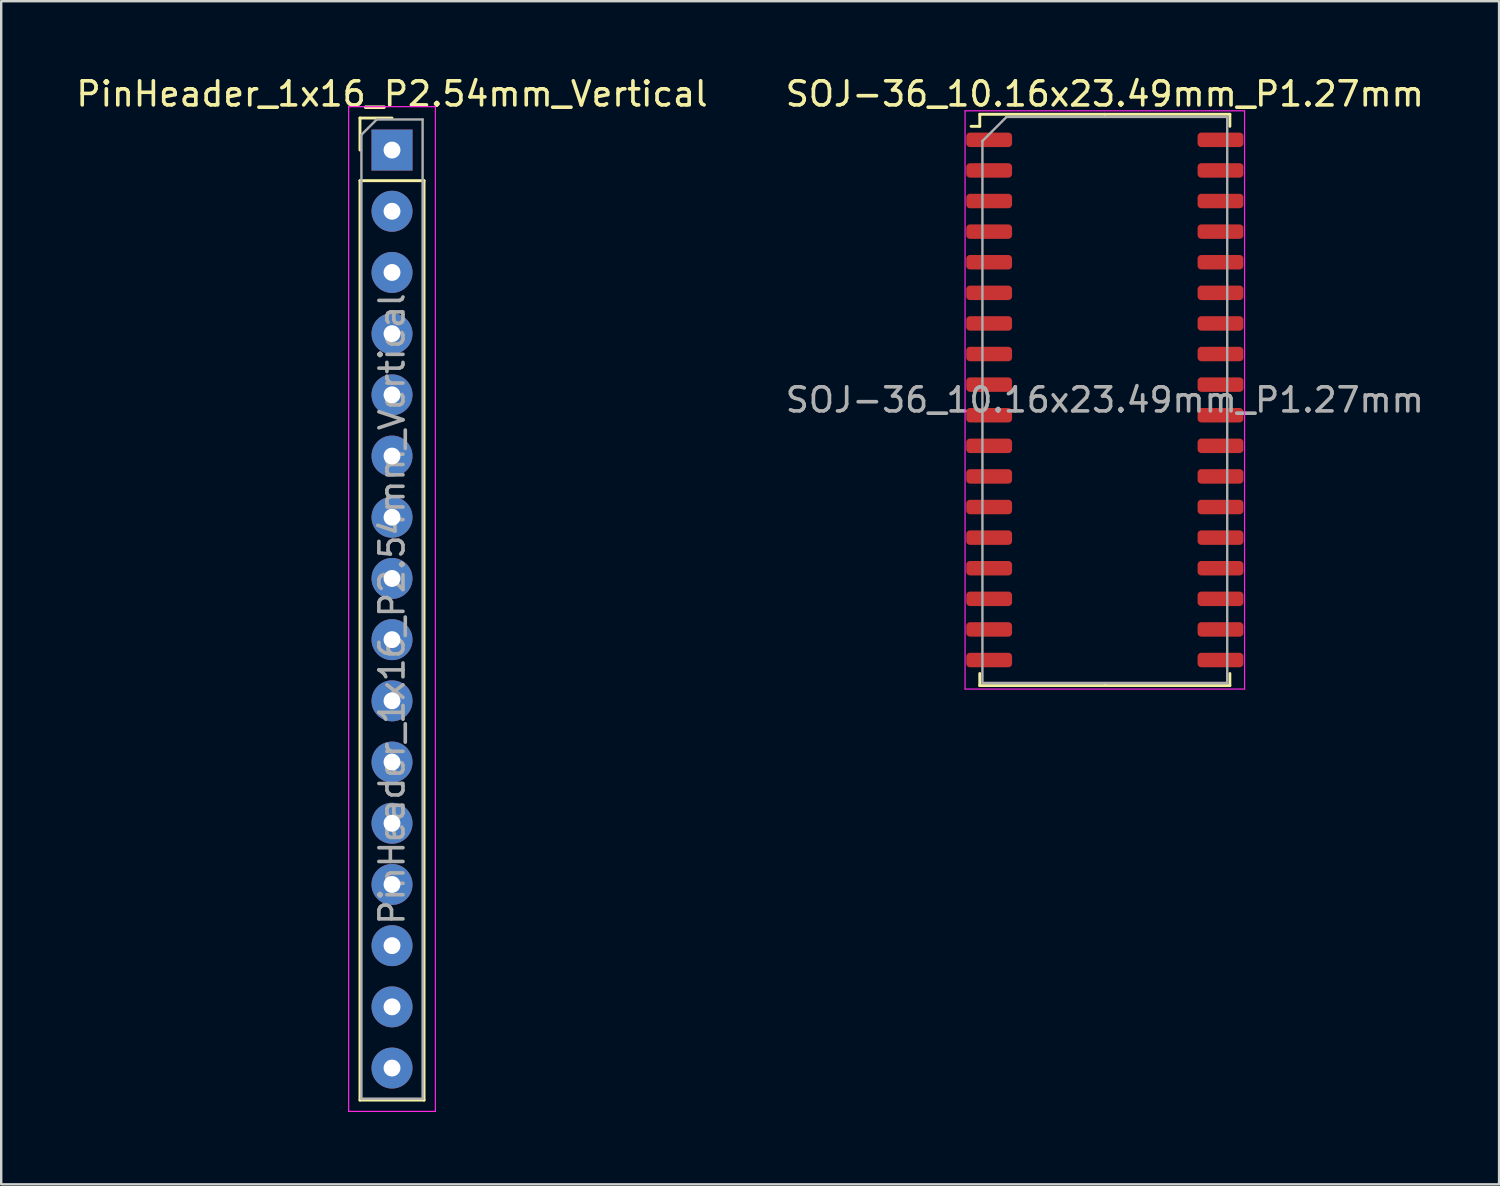
<source format=kicad_pcb>
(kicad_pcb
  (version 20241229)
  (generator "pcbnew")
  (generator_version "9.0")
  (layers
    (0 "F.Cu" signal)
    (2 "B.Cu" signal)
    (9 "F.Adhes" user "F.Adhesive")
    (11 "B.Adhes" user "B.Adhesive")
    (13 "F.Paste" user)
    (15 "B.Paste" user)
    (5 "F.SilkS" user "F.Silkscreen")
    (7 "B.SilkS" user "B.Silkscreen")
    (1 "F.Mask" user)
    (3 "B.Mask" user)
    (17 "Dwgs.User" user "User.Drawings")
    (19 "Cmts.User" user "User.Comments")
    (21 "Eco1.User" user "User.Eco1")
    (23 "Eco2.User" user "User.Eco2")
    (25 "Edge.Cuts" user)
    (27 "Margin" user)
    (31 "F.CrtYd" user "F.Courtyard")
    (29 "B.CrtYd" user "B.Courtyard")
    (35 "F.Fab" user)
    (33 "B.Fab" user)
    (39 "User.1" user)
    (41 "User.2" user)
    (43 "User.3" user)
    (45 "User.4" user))
  (footprint "PinHeader_1x16_P2.54mm_Vertical"
    (layer "F.Cu")
    (at 13.22 3.178)
    (property "Reference" "PinHeader_1x16_P2.54mm_Vertical" (at 0 -2.33 0) (layer "F.SilkS") (effects (font (size 1 1) (thickness 0.15))))
    (attr through_hole)
    (fp_line (start -1.33 -1.33) (end 0 -1.33) (stroke (width 0.12) (type solid)) (layer "F.SilkS"))
    (fp_line (start -1.33 0) (end -1.33 -1.33) (stroke (width 0.12) (type solid)) (layer "F.SilkS"))
    (fp_line (start -1.33 1.27) (end -1.33 39.43) (stroke (width 0.12) (type solid)) (layer "F.SilkS"))
    (fp_line (start -1.33 1.27) (end 1.33 1.27) (stroke (width 0.12) (type solid)) (layer "F.SilkS"))
    (fp_line (start -1.33 39.43) (end 1.33 39.43) (stroke (width 0.12) (type solid)) (layer "F.SilkS"))
    (fp_line (start 1.33 1.27) (end 1.33 39.43) (stroke (width 0.12) (type solid)) (layer "F.SilkS"))
    (fp_line (start -1.8 -1.8) (end -1.8 39.9) (stroke (width 0.05) (type solid)) (layer "F.CrtYd"))
    (fp_line (start -1.8 39.9) (end 1.8 39.9) (stroke (width 0.05) (type solid)) (layer "F.CrtYd"))
    (fp_line (start 1.8 -1.8) (end -1.8 -1.8) (stroke (width 0.05) (type solid)) (layer "F.CrtYd"))
    (fp_line (start 1.8 39.9) (end 1.8 -1.8) (stroke (width 0.05) (type solid)) (layer "F.CrtYd"))
    (fp_line (start -1.27 -0.635) (end -0.635 -1.27) (stroke (width 0.1) (type solid)) (layer "F.Fab"))
    (fp_line (start -1.27 39.37) (end -1.27 -0.635) (stroke (width 0.1) (type solid)) (layer "F.Fab"))
    (fp_line (start -0.635 -1.27) (end 1.27 -1.27) (stroke (width 0.1) (type solid)) (layer "F.Fab"))
    (fp_line (start 1.27 -1.27) (end 1.27 39.37) (stroke (width 0.1) (type solid)) (layer "F.Fab"))
    (fp_line (start 1.27 39.37) (end -1.27 39.37) (stroke (width 0.1) (type solid)) (layer "F.Fab"))
    (fp_text user "${REFERENCE}" (at 0 19.05 90) (layer "F.Fab") (effects (font (size 1 1) (thickness 0.15))))
    (pad "1" thru_hole rect (at 0 0) (size 1.7 1.7) (drill 0.7) (layers "*.Cu" "*.Mask"))
    (pad "2" thru_hole oval (at 0 2.54) (size 1.7 1.7) (drill 0.7) (layers "*.Cu" "*.Mask"))
    (pad "3" thru_hole oval (at 0 5.08) (size 1.7 1.7) (drill 0.7) (layers "*.Cu" "*.Mask"))
    (pad "4" thru_hole oval (at 0 7.62) (size 1.7 1.7) (drill 0.7) (layers "*.Cu" "*.Mask"))
    (pad "5" thru_hole oval (at 0 10.16) (size 1.7 1.7) (drill 0.7) (layers "*.Cu" "*.Mask"))
    (pad "6" thru_hole oval (at 0 12.7) (size 1.7 1.7) (drill 0.7) (layers "*.Cu" "*.Mask"))
    (pad "7" thru_hole oval (at 0 15.24) (size 1.7 1.7) (drill 0.7) (layers "*.Cu" "*.Mask"))
    (pad "8" thru_hole oval (at 0 17.78) (size 1.7 1.7) (drill 0.7) (layers "*.Cu" "*.Mask"))
    (pad "9" thru_hole oval (at 0 20.32) (size 1.7 1.7) (drill 0.7) (layers "*.Cu" "*.Mask"))
    (pad "10" thru_hole oval (at 0 22.86) (size 1.7 1.7) (drill 0.7) (layers "*.Cu" "*.Mask"))
    (pad "11" thru_hole oval (at 0 25.4) (size 1.7 1.7) (drill 0.7) (layers "*.Cu" "*.Mask"))
    (pad "12" thru_hole oval (at 0 27.94) (size 1.7 1.7) (drill 0.7) (layers "*.Cu" "*.Mask"))
    (pad "13" thru_hole oval (at 0 30.48) (size 1.7 1.7) (drill 0.7) (layers "*.Cu" "*.Mask"))
    (pad "14" thru_hole oval (at 0 33.02) (size 1.7 1.7) (drill 0.7) (layers "*.Cu" "*.Mask"))
    (pad "15" thru_hole oval (at 0 35.56) (size 1.7 1.7) (drill 0.7) (layers "*.Cu" "*.Mask"))
    (pad "16" thru_hole oval (at 0 38.1) (size 1.7 1.7) (drill 0.7) (layers "*.Cu" "*.Mask")))
  (footprint "SOJ-36_10.16x23.49mm_P1.27mm"
    (layer "F.Cu")
    (at 42.804 13.548)
    (property "Reference" "SOJ-36_10.16x23.49mm_P1.27mm" (at 0 -12.7 0) (layer "F.SilkS") (effects (font (size 1 1) (thickness 0.15))))
    (attr smd)
    (fp_line (start -5.19 -11.855) (end -5.19 -11.355) (stroke (width 0.12) (type solid)) (layer "F.SilkS"))
    (fp_line (start -5.19 -11.355) (end -5.55 -11.355) (stroke (width 0.12) (type solid)) (layer "F.SilkS"))
    (fp_line (start -5.19 11.855) (end -5.19 11.355) (stroke (width 0.12) (type solid)) (layer "F.SilkS"))
    (fp_line (start 0 -11.855) (end -5.19 -11.855) (stroke (width 0.12) (type solid)) (layer "F.SilkS"))
    (fp_line (start 0 -11.855) (end 5.19 -11.855) (stroke (width 0.12) (type solid)) (layer "F.SilkS"))
    (fp_line (start 0 11.855) (end -5.19 11.855) (stroke (width 0.12) (type solid)) (layer "F.SilkS"))
    (fp_line (start 0 11.855) (end 5.19 11.855) (stroke (width 0.12) (type solid)) (layer "F.SilkS"))
    (fp_line (start 5.19 -11.855) (end 5.19 -11.355) (stroke (width 0.12) (type solid)) (layer "F.SilkS"))
    (fp_line (start 5.19 11.855) (end 5.19 11.355) (stroke (width 0.12) (type solid)) (layer "F.SilkS"))
    (fp_line (start -5.8 -12) (end -5.8 12) (stroke (width 0.05) (type solid)) (layer "F.CrtYd"))
    (fp_line (start -5.8 12) (end 5.8 12) (stroke (width 0.05) (type solid)) (layer "F.CrtYd"))
    (fp_line (start 5.8 -12) (end -5.8 -12) (stroke (width 0.05) (type solid)) (layer "F.CrtYd"))
    (fp_line (start 5.8 12) (end 5.8 -12) (stroke (width 0.05) (type solid)) (layer "F.CrtYd"))
    (fp_line (start -5.08 -10.745) (end -4.08 -11.745) (stroke (width 0.1) (type solid)) (layer "F.Fab"))
    (fp_line (start -5.08 11.745) (end -5.08 -10.745) (stroke (width 0.1) (type solid)) (layer "F.Fab"))
    (fp_line (start -4.08 -11.745) (end 5.08 -11.745) (stroke (width 0.1) (type solid)) (layer "F.Fab"))
    (fp_line (start 5.08 -11.745) (end 5.08 11.745) (stroke (width 0.1) (type solid)) (layer "F.Fab"))
    (fp_line (start 5.08 11.745) (end -5.08 11.745) (stroke (width 0.1) (type solid)) (layer "F.Fab"))
    (fp_text user "${REFERENCE}" (at 0 0 0) (layer "F.Fab") (effects (font (size 1 1) (thickness 0.15))))
    (pad "1" smd roundrect (at -4.8 -10.795) (size 1.9 0.6) (layers "F.Cu" "F.Mask" "F.Paste") (roundrect_rratio 0.25))
    (pad "2" smd roundrect (at -4.8 -9.525) (size 1.9 0.6) (layers "F.Cu" "F.Mask" "F.Paste") (roundrect_rratio 0.25))
    (pad "3" smd roundrect (at -4.8 -8.255) (size 1.9 0.6) (layers "F.Cu" "F.Mask" "F.Paste") (roundrect_rratio 0.25))
    (pad "4" smd roundrect (at -4.8 -6.985) (size 1.9 0.6) (layers "F.Cu" "F.Mask" "F.Paste") (roundrect_rratio 0.25))
    (pad "5" smd roundrect (at -4.8 -5.715) (size 1.9 0.6) (layers "F.Cu" "F.Mask" "F.Paste") (roundrect_rratio 0.25))
    (pad "6" smd roundrect (at -4.8 -4.445) (size 1.9 0.6) (layers "F.Cu" "F.Mask" "F.Paste") (roundrect_rratio 0.25))
    (pad "7" smd roundrect (at -4.8 -3.175) (size 1.9 0.6) (layers "F.Cu" "F.Mask" "F.Paste") (roundrect_rratio 0.25))
    (pad "8" smd roundrect (at -4.8 -1.905) (size 1.9 0.6) (layers "F.Cu" "F.Mask" "F.Paste") (roundrect_rratio 0.25))
    (pad "9" smd roundrect (at -4.8 -0.635) (size 1.9 0.6) (layers "F.Cu" "F.Mask" "F.Paste") (roundrect_rratio 0.25))
    (pad "10" smd roundrect (at -4.8 0.635) (size 1.9 0.6) (layers "F.Cu" "F.Mask" "F.Paste") (roundrect_rratio 0.25))
    (pad "11" smd roundrect (at -4.8 1.905) (size 1.9 0.6) (layers "F.Cu" "F.Mask" "F.Paste") (roundrect_rratio 0.25))
    (pad "12" smd roundrect (at -4.8 3.175) (size 1.9 0.6) (layers "F.Cu" "F.Mask" "F.Paste") (roundrect_rratio 0.25))
    (pad "13" smd roundrect (at -4.8 4.445) (size 1.9 0.6) (layers "F.Cu" "F.Mask" "F.Paste") (roundrect_rratio 0.25))
    (pad "14" smd roundrect (at -4.8 5.715) (size 1.9 0.6) (layers "F.Cu" "F.Mask" "F.Paste") (roundrect_rratio 0.25))
    (pad "15" smd roundrect (at -4.8 6.985) (size 1.9 0.6) (layers "F.Cu" "F.Mask" "F.Paste") (roundrect_rratio 0.25))
    (pad "16" smd roundrect (at -4.8 8.255) (size 1.9 0.6) (layers "F.Cu" "F.Mask" "F.Paste") (roundrect_rratio 0.25))
    (pad "17" smd roundrect (at -4.8 9.525) (size 1.9 0.6) (layers "F.Cu" "F.Mask" "F.Paste") (roundrect_rratio 0.25))
    (pad "18" smd roundrect (at -4.8 10.795) (size 1.9 0.6) (layers "F.Cu" "F.Mask" "F.Paste") (roundrect_rratio 0.25))
    (pad "19" smd roundrect (at 4.8 10.795) (size 1.9 0.6) (layers "F.Cu" "F.Mask" "F.Paste") (roundrect_rratio 0.25))
    (pad "20" smd roundrect (at 4.8 9.525) (size 1.9 0.6) (layers "F.Cu" "F.Mask" "F.Paste") (roundrect_rratio 0.25))
    (pad "21" smd roundrect (at 4.8 8.255) (size 1.9 0.6) (layers "F.Cu" "F.Mask" "F.Paste") (roundrect_rratio 0.25))
    (pad "22" smd roundrect (at 4.8 6.985) (size 1.9 0.6) (layers "F.Cu" "F.Mask" "F.Paste") (roundrect_rratio 0.25))
    (pad "23" smd roundrect (at 4.8 5.715) (size 1.9 0.6) (layers "F.Cu" "F.Mask" "F.Paste") (roundrect_rratio 0.25))
    (pad "24" smd roundrect (at 4.8 4.445) (size 1.9 0.6) (layers "F.Cu" "F.Mask" "F.Paste") (roundrect_rratio 0.25))
    (pad "25" smd roundrect (at 4.8 3.175) (size 1.9 0.6) (layers "F.Cu" "F.Mask" "F.Paste") (roundrect_rratio 0.25))
    (pad "26" smd roundrect (at 4.8 1.905) (size 1.9 0.6) (layers "F.Cu" "F.Mask" "F.Paste") (roundrect_rratio 0.25))
    (pad "27" smd roundrect (at 4.8 0.635) (size 1.9 0.6) (layers "F.Cu" "F.Mask" "F.Paste") (roundrect_rratio 0.25))
    (pad "28" smd roundrect (at 4.8 -0.635) (size 1.9 0.6) (layers "F.Cu" "F.Mask" "F.Paste") (roundrect_rratio 0.25))
    (pad "29" smd roundrect (at 4.8 -1.905) (size 1.9 0.6) (layers "F.Cu" "F.Mask" "F.Paste") (roundrect_rratio 0.25))
    (pad "30" smd roundrect (at 4.8 -3.175) (size 1.9 0.6) (layers "F.Cu" "F.Mask" "F.Paste") (roundrect_rratio 0.25))
    (pad "31" smd roundrect (at 4.8 -4.445) (size 1.9 0.6) (layers "F.Cu" "F.Mask" "F.Paste") (roundrect_rratio 0.25))
    (pad "32" smd roundrect (at 4.8 -5.715) (size 1.9 0.6) (layers "F.Cu" "F.Mask" "F.Paste") (roundrect_rratio 0.25))
    (pad "33" smd roundrect (at 4.8 -6.985) (size 1.9 0.6) (layers "F.Cu" "F.Mask" "F.Paste") (roundrect_rratio 0.25))
    (pad "34" smd roundrect (at 4.8 -8.255) (size 1.9 0.6) (layers "F.Cu" "F.Mask" "F.Paste") (roundrect_rratio 0.25))
    (pad "35" smd roundrect (at 4.8 -9.525) (size 1.9 0.6) (layers "F.Cu" "F.Mask" "F.Paste") (roundrect_rratio 0.25))
    (pad "36" smd roundrect (at 4.8 -10.795) (size 1.9 0.6) (layers "F.Cu" "F.Mask" "F.Paste") (roundrect_rratio 0.25)))
  (gr_rect
    (start -3 -3)
    (end 59.167 46.103)
    (stroke (width 0.1) (type default))
    (fill no)
    (layer "Edge.Cuts")))
</source>
